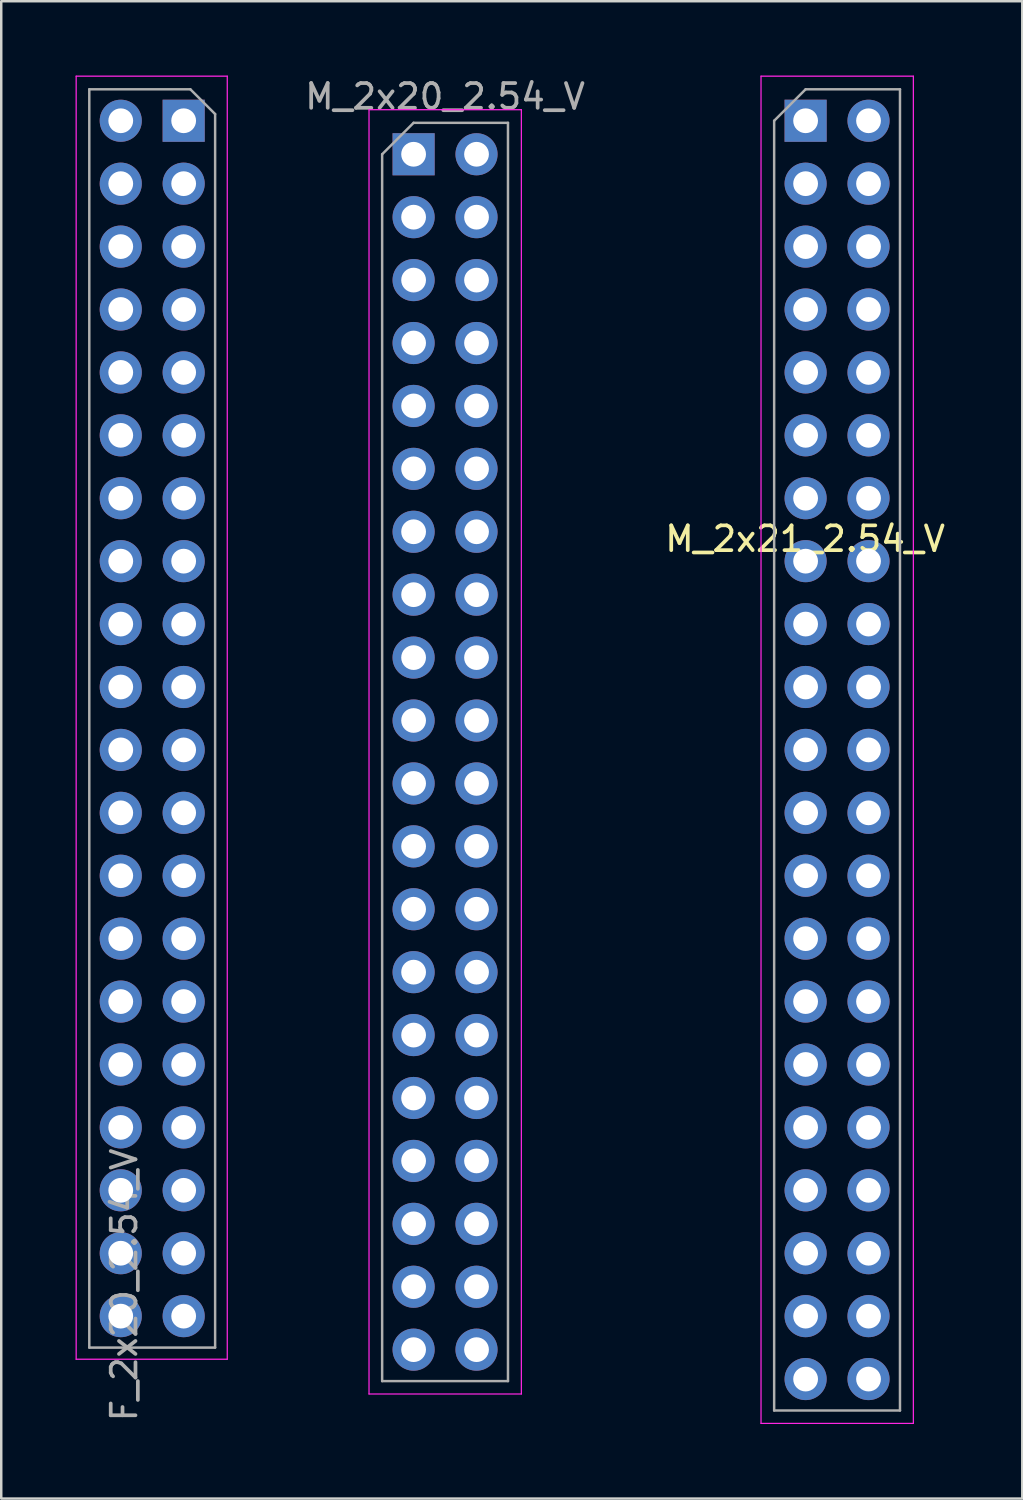
<source format=kicad_pcb>
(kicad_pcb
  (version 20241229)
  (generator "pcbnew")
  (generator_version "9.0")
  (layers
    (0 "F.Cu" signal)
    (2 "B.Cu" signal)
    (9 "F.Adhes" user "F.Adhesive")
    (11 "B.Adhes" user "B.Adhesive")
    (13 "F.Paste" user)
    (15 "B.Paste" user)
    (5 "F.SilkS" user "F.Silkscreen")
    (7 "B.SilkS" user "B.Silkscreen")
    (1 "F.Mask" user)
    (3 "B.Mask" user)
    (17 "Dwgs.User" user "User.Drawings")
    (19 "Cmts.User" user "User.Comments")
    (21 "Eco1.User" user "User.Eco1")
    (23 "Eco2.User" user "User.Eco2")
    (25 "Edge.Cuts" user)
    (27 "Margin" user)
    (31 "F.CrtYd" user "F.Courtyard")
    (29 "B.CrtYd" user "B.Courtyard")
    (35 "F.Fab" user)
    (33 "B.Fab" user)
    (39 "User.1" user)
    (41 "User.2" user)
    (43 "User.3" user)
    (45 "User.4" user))
  (footprint "F_2x20_2.54_V"
    (layer "F.Cu")
    (at 4.365 1.825)
    (property "Reference" "F_2x20_2.54_V" (at -2.4 47 90) (layer "F.Fab") (effects (font (size 1 1) (thickness 0.15))))
    (attr through_hole)
    (fp_line (start -4.34 -1.8) (end 1.76 -1.8) (stroke (width 0.05) (type solid)) (layer "F.CrtYd"))
    (fp_line (start -4.34 50) (end -4.34 -1.8) (stroke (width 0.05) (type solid)) (layer "F.CrtYd"))
    (fp_line (start 1.76 -1.8) (end 1.76 50) (stroke (width 0.05) (type solid)) (layer "F.CrtYd"))
    (fp_line (start 1.76 50) (end -4.34 50) (stroke (width 0.05) (type solid)) (layer "F.CrtYd"))
    (fp_line (start -3.81 -1.27) (end 0.27 -1.27) (stroke (width 0.1) (type solid)) (layer "F.Fab"))
    (fp_line (start -3.81 49.53) (end -3.81 -1.27) (stroke (width 0.1) (type solid)) (layer "F.Fab"))
    (fp_line (start 0.27 -1.27) (end 1.27 -0.27) (stroke (width 0.1) (type solid)) (layer "F.Fab"))
    (fp_line (start 1.27 -0.27) (end 1.27 49.53) (stroke (width 0.1) (type solid)) (layer "F.Fab"))
    (fp_line (start 1.27 49.53) (end -3.81 49.53) (stroke (width 0.1) (type solid)) (layer "F.Fab"))
    (pad "1" thru_hole rect (at 0 0) (size 1.7 1.7) (drill 1) (layers "*.Cu" "*.Mask"))
    (pad "2" thru_hole oval (at -2.54 0) (size 1.7 1.7) (drill 1) (layers "*.Cu" "*.Mask"))
    (pad "3" thru_hole oval (at 0 2.54) (size 1.7 1.7) (drill 1) (layers "*.Cu" "*.Mask"))
    (pad "4" thru_hole oval (at -2.54 2.54) (size 1.7 1.7) (drill 1) (layers "*.Cu" "*.Mask"))
    (pad "5" thru_hole oval (at 0 5.08) (size 1.7 1.7) (drill 1) (layers "*.Cu" "*.Mask"))
    (pad "6" thru_hole oval (at -2.54 5.08) (size 1.7 1.7) (drill 1) (layers "*.Cu" "*.Mask"))
    (pad "7" thru_hole oval (at 0 7.62) (size 1.7 1.7) (drill 1) (layers "*.Cu" "*.Mask"))
    (pad "8" thru_hole oval (at -2.54 7.62) (size 1.7 1.7) (drill 1) (layers "*.Cu" "*.Mask"))
    (pad "9" thru_hole oval (at 0 10.16) (size 1.7 1.7) (drill 1) (layers "*.Cu" "*.Mask"))
    (pad "10" thru_hole oval (at -2.54 10.16) (size 1.7 1.7) (drill 1) (layers "*.Cu" "*.Mask"))
    (pad "11" thru_hole oval (at 0 12.7) (size 1.7 1.7) (drill 1) (layers "*.Cu" "*.Mask"))
    (pad "12" thru_hole oval (at -2.54 12.7) (size 1.7 1.7) (drill 1) (layers "*.Cu" "*.Mask"))
    (pad "13" thru_hole oval (at 0 15.24) (size 1.7 1.7) (drill 1) (layers "*.Cu" "*.Mask"))
    (pad "14" thru_hole oval (at -2.54 15.24) (size 1.7 1.7) (drill 1) (layers "*.Cu" "*.Mask"))
    (pad "15" thru_hole oval (at 0 17.78) (size 1.7 1.7) (drill 1) (layers "*.Cu" "*.Mask"))
    (pad "16" thru_hole oval (at -2.54 17.78) (size 1.7 1.7) (drill 1) (layers "*.Cu" "*.Mask"))
    (pad "17" thru_hole oval (at 0 20.32) (size 1.7 1.7) (drill 1) (layers "*.Cu" "*.Mask"))
    (pad "18" thru_hole oval (at -2.54 20.32) (size 1.7 1.7) (drill 1) (layers "*.Cu" "*.Mask"))
    (pad "19" thru_hole oval (at 0 22.86) (size 1.7 1.7) (drill 1) (layers "*.Cu" "*.Mask"))
    (pad "20" thru_hole oval (at -2.54 22.86) (size 1.7 1.7) (drill 1) (layers "*.Cu" "*.Mask"))
    (pad "21" thru_hole oval (at 0 25.4) (size 1.7 1.7) (drill 1) (layers "*.Cu" "*.Mask"))
    (pad "22" thru_hole oval (at -2.54 25.4) (size 1.7 1.7) (drill 1) (layers "*.Cu" "*.Mask"))
    (pad "23" thru_hole oval (at 0 27.94) (size 1.7 1.7) (drill 1) (layers "*.Cu" "*.Mask"))
    (pad "24" thru_hole oval (at -2.54 27.94) (size 1.7 1.7) (drill 1) (layers "*.Cu" "*.Mask"))
    (pad "25" thru_hole oval (at 0 30.48) (size 1.7 1.7) (drill 1) (layers "*.Cu" "*.Mask"))
    (pad "26" thru_hole oval (at -2.54 30.48) (size 1.7 1.7) (drill 1) (layers "*.Cu" "*.Mask"))
    (pad "27" thru_hole oval (at 0 33.02) (size 1.7 1.7) (drill 1) (layers "*.Cu" "*.Mask"))
    (pad "28" thru_hole oval (at -2.54 33.02) (size 1.7 1.7) (drill 1) (layers "*.Cu" "*.Mask"))
    (pad "29" thru_hole oval (at 0 35.56) (size 1.7 1.7) (drill 1) (layers "*.Cu" "*.Mask"))
    (pad "30" thru_hole oval (at -2.54 35.56) (size 1.7 1.7) (drill 1) (layers "*.Cu" "*.Mask"))
    (pad "31" thru_hole oval (at 0 38.1) (size 1.7 1.7) (drill 1) (layers "*.Cu" "*.Mask"))
    (pad "32" thru_hole oval (at -2.54 38.1) (size 1.7 1.7) (drill 1) (layers "*.Cu" "*.Mask"))
    (pad "33" thru_hole oval (at 0 40.64) (size 1.7 1.7) (drill 1) (layers "*.Cu" "*.Mask"))
    (pad "34" thru_hole oval (at -2.54 40.64) (size 1.7 1.7) (drill 1) (layers "*.Cu" "*.Mask"))
    (pad "35" thru_hole oval (at 0 43.18) (size 1.7 1.7) (drill 1) (layers "*.Cu" "*.Mask"))
    (pad "36" thru_hole oval (at -2.54 43.18) (size 1.7 1.7) (drill 1) (layers "*.Cu" "*.Mask"))
    (pad "37" thru_hole oval (at 0 45.72) (size 1.7 1.7) (drill 1) (layers "*.Cu" "*.Mask"))
    (pad "38" thru_hole oval (at -2.54 45.72) (size 1.7 1.7) (drill 1) (layers "*.Cu" "*.Mask"))
    (pad "39" thru_hole oval (at 0 48.26) (size 1.7 1.7) (drill 1) (layers "*.Cu" "*.Mask"))
    (pad "40" thru_hole oval (at -2.54 48.26) (size 1.7 1.7) (drill 1) (layers "*.Cu" "*.Mask")))
  (footprint "M_2x21_2.54_V"
    (layer "F.Cu")
    (at 29.454 19.205)
    (property "Reference" "M_2x21_2.54_V" (at 0 -0.5 0) (unlocked yes) (layer "F.SilkS") (effects (font (size 1 1) (thickness 0.15))))
    (attr through_hole)
    (fp_line (start -1.78 -19.18) (end -1.78 35.21) (stroke (width 0.05) (type solid)) (layer "F.CrtYd"))
    (fp_line (start -1.78 35.21) (end 4.37 35.21) (stroke (width 0.05) (type solid)) (layer "F.CrtYd"))
    (fp_line (start 4.37 -19.18) (end -1.78 -19.18) (stroke (width 0.05) (type solid)) (layer "F.CrtYd"))
    (fp_line (start 4.37 35.21) (end 4.37 -19.18) (stroke (width 0.05) (type solid)) (layer "F.CrtYd"))
    (fp_line (start -1.25 -17.38) (end 0.02 -18.65) (stroke (width 0.1) (type solid)) (layer "F.Fab"))
    (fp_line (start -1.25 34.69) (end -1.25 -17.38) (stroke (width 0.1) (type solid)) (layer "F.Fab"))
    (fp_line (start 0.02 -18.65) (end 3.83 -18.65) (stroke (width 0.1) (type solid)) (layer "F.Fab"))
    (fp_line (start 3.83 -18.65) (end 3.83 34.69) (stroke (width 0.1) (type solid)) (layer "F.Fab"))
    (fp_line (start 3.83 34.69) (end -1.25 34.69) (stroke (width 0.1) (type solid)) (layer "F.Fab"))
    (pad "1" thru_hole rect (at 0.02 -17.38) (size 1.7 1.7) (drill 1) (layers "*.Cu" "*.Mask"))
    (pad "2" thru_hole oval (at 2.56 -17.38) (size 1.7 1.7) (drill 1) (layers "*.Cu" "*.Mask"))
    (pad "3" thru_hole oval (at 0.02 -14.84) (size 1.7 1.7) (drill 1) (layers "*.Cu" "*.Mask"))
    (pad "4" thru_hole oval (at 2.56 -14.84) (size 1.7 1.7) (drill 1) (layers "*.Cu" "*.Mask"))
    (pad "5" thru_hole oval (at 0.02 -12.3) (size 1.7 1.7) (drill 1) (layers "*.Cu" "*.Mask"))
    (pad "6" thru_hole oval (at 2.56 -12.3) (size 1.7 1.7) (drill 1) (layers "*.Cu" "*.Mask"))
    (pad "7" thru_hole oval (at 0.02 -9.76) (size 1.7 1.7) (drill 1) (layers "*.Cu" "*.Mask"))
    (pad "8" thru_hole oval (at 2.56 -9.76) (size 1.7 1.7) (drill 1) (layers "*.Cu" "*.Mask"))
    (pad "9" thru_hole oval (at 0.02 -7.22) (size 1.7 1.7) (drill 1) (layers "*.Cu" "*.Mask"))
    (pad "10" thru_hole oval (at 2.56 -7.22) (size 1.7 1.7) (drill 1) (layers "*.Cu" "*.Mask"))
    (pad "11" thru_hole oval (at 0.02 -4.68) (size 1.7 1.7) (drill 1) (layers "*.Cu" "*.Mask"))
    (pad "12" thru_hole oval (at 2.56 -4.68) (size 1.7 1.7) (drill 1) (layers "*.Cu" "*.Mask"))
    (pad "13" thru_hole oval (at 0.02 -2.14) (size 1.7 1.7) (drill 1) (layers "*.Cu" "*.Mask"))
    (pad "14" thru_hole oval (at 2.56 -2.14) (size 1.7 1.7) (drill 1) (layers "*.Cu" "*.Mask"))
    (pad "15" thru_hole oval (at 0.02 0.4) (size 1.7 1.7) (drill 1) (layers "*.Cu" "*.Mask"))
    (pad "16" thru_hole oval (at 2.56 0.4) (size 1.7 1.7) (drill 1) (layers "*.Cu" "*.Mask"))
    (pad "17" thru_hole oval (at 0.02 2.94) (size 1.7 1.7) (drill 1) (layers "*.Cu" "*.Mask"))
    (pad "18" thru_hole oval (at 2.56 2.94) (size 1.7 1.7) (drill 1) (layers "*.Cu" "*.Mask"))
    (pad "19" thru_hole oval (at 0.02 5.48) (size 1.7 1.7) (drill 1) (layers "*.Cu" "*.Mask"))
    (pad "20" thru_hole oval (at 2.56 5.48) (size 1.7 1.7) (drill 1) (layers "*.Cu" "*.Mask"))
    (pad "21" thru_hole oval (at 0.02 8.02) (size 1.7 1.7) (drill 1) (layers "*.Cu" "*.Mask"))
    (pad "22" thru_hole oval (at 2.56 8.02) (size 1.7 1.7) (drill 1) (layers "*.Cu" "*.Mask"))
    (pad "23" thru_hole oval (at 0.02 10.56) (size 1.7 1.7) (drill 1) (layers "*.Cu" "*.Mask"))
    (pad "24" thru_hole oval (at 2.56 10.56) (size 1.7 1.7) (drill 1) (layers "*.Cu" "*.Mask"))
    (pad "25" thru_hole oval (at 0.02 13.1) (size 1.7 1.7) (drill 1) (layers "*.Cu" "*.Mask"))
    (pad "26" thru_hole oval (at 2.56 13.1) (size 1.7 1.7) (drill 1) (layers "*.Cu" "*.Mask"))
    (pad "27" thru_hole oval (at 0.02 15.64) (size 1.7 1.7) (drill 1) (layers "*.Cu" "*.Mask"))
    (pad "28" thru_hole oval (at 2.56 15.64) (size 1.7 1.7) (drill 1) (layers "*.Cu" "*.Mask"))
    (pad "29" thru_hole oval (at 0.02 18.18) (size 1.7 1.7) (drill 1) (layers "*.Cu" "*.Mask"))
    (pad "30" thru_hole oval (at 2.56 18.18) (size 1.7 1.7) (drill 1) (layers "*.Cu" "*.Mask"))
    (pad "31" thru_hole oval (at 0.02 20.72) (size 1.7 1.7) (drill 1) (layers "*.Cu" "*.Mask"))
    (pad "32" thru_hole oval (at 2.56 20.72) (size 1.7 1.7) (drill 1) (layers "*.Cu" "*.Mask"))
    (pad "33" thru_hole oval (at 0.02 23.26) (size 1.7 1.7) (drill 1) (layers "*.Cu" "*.Mask"))
    (pad "34" thru_hole oval (at 2.56 23.26) (size 1.7 1.7) (drill 1) (layers "*.Cu" "*.Mask"))
    (pad "35" thru_hole oval (at 0.02 25.8) (size 1.7 1.7) (drill 1) (layers "*.Cu" "*.Mask"))
    (pad "36" thru_hole oval (at 2.56 25.8) (size 1.7 1.7) (drill 1) (layers "*.Cu" "*.Mask"))
    (pad "37" thru_hole oval (at 0.02 28.34) (size 1.7 1.7) (drill 1) (layers "*.Cu" "*.Mask"))
    (pad "38" thru_hole oval (at 2.56 28.34) (size 1.7 1.7) (drill 1) (layers "*.Cu" "*.Mask"))
    (pad "39" thru_hole oval (at 0.02 30.88) (size 1.7 1.7) (drill 1) (layers "*.Cu" "*.Mask"))
    (pad "40" thru_hole oval (at 2.56 30.88) (size 1.7 1.7) (drill 1) (layers "*.Cu" "*.Mask"))
    (pad "41" thru_hole oval (at 0.02 33.42) (size 1.7 1.7) (drill 1) (layers "*.Cu" "*.Mask"))
    (pad "42" thru_hole oval (at 2.56 33.42) (size 1.7 1.7) (drill 1) (layers "*.Cu" "*.Mask")))
  (footprint "M_2x20_2.54_V"
    (layer "F.Cu")
    (at 13.648 3.178)
    (property "Reference" "M_2x20_2.54_V" (at 1.27 -2.33 0) (layer "F.Fab") (effects (font (size 1 1) (thickness 0.15))))
    (fp_line (start -1.8 -1.8) (end -1.8 50.05) (stroke (width 0.05) (type solid)) (layer "F.CrtYd"))
    (fp_line (start -1.8 50.05) (end 4.35 50.05) (stroke (width 0.05) (type solid)) (layer "F.CrtYd"))
    (fp_line (start 4.35 -1.8) (end -1.8 -1.8) (stroke (width 0.05) (type solid)) (layer "F.CrtYd"))
    (fp_line (start 4.35 50.05) (end 4.35 -1.8) (stroke (width 0.05) (type solid)) (layer "F.CrtYd"))
    (fp_line (start -1.27 0) (end 0 -1.27) (stroke (width 0.1) (type solid)) (layer "F.Fab"))
    (fp_line (start -1.27 49.53) (end -1.27 0) (stroke (width 0.1) (type solid)) (layer "F.Fab"))
    (fp_line (start 0 -1.27) (end 3.81 -1.27) (stroke (width 0.1) (type solid)) (layer "F.Fab"))
    (fp_line (start 3.81 -1.27) (end 3.81 49.53) (stroke (width 0.1) (type solid)) (layer "F.Fab"))
    (fp_line (start 3.81 49.53) (end -1.27 49.53) (stroke (width 0.1) (type solid)) (layer "F.Fab"))
    (pad "1" thru_hole rect (at 0 0) (size 1.7 1.7) (drill 1) (layers "*.Cu" "*.Mask"))
    (pad "2" thru_hole oval (at 2.54 0) (size 1.7 1.7) (drill 1) (layers "*.Cu" "*.Mask"))
    (pad "3" thru_hole oval (at 0 2.54) (size 1.7 1.7) (drill 1) (layers "*.Cu" "*.Mask"))
    (pad "4" thru_hole oval (at 2.54 2.54) (size 1.7 1.7) (drill 1) (layers "*.Cu" "*.Mask"))
    (pad "5" thru_hole oval (at 0 5.08) (size 1.7 1.7) (drill 1) (layers "*.Cu" "*.Mask"))
    (pad "6" thru_hole oval (at 2.54 5.08) (size 1.7 1.7) (drill 1) (layers "*.Cu" "*.Mask"))
    (pad "7" thru_hole oval (at 0 7.62) (size 1.7 1.7) (drill 1) (layers "*.Cu" "*.Mask"))
    (pad "8" thru_hole oval (at 2.54 7.62) (size 1.7 1.7) (drill 1) (layers "*.Cu" "*.Mask"))
    (pad "9" thru_hole oval (at 0 10.16) (size 1.7 1.7) (drill 1) (layers "*.Cu" "*.Mask"))
    (pad "10" thru_hole oval (at 2.54 10.16) (size 1.7 1.7) (drill 1) (layers "*.Cu" "*.Mask"))
    (pad "11" thru_hole oval (at 0 12.7) (size 1.7 1.7) (drill 1) (layers "*.Cu" "*.Mask"))
    (pad "12" thru_hole oval (at 2.54 12.7) (size 1.7 1.7) (drill 1) (layers "*.Cu" "*.Mask"))
    (pad "13" thru_hole oval (at 0 15.24) (size 1.7 1.7) (drill 1) (layers "*.Cu" "*.Mask"))
    (pad "14" thru_hole oval (at 2.54 15.24) (size 1.7 1.7) (drill 1) (layers "*.Cu" "*.Mask"))
    (pad "15" thru_hole oval (at 0 17.78) (size 1.7 1.7) (drill 1) (layers "*.Cu" "*.Mask"))
    (pad "16" thru_hole oval (at 2.54 17.78) (size 1.7 1.7) (drill 1) (layers "*.Cu" "*.Mask"))
    (pad "17" thru_hole oval (at 0 20.32) (size 1.7 1.7) (drill 1) (layers "*.Cu" "*.Mask"))
    (pad "18" thru_hole oval (at 2.54 20.32) (size 1.7 1.7) (drill 1) (layers "*.Cu" "*.Mask"))
    (pad "19" thru_hole oval (at 0 22.86) (size 1.7 1.7) (drill 1) (layers "*.Cu" "*.Mask"))
    (pad "20" thru_hole oval (at 2.54 22.86) (size 1.7 1.7) (drill 1) (layers "*.Cu" "*.Mask"))
    (pad "21" thru_hole oval (at 0 25.4) (size 1.7 1.7) (drill 1) (layers "*.Cu" "*.Mask"))
    (pad "22" thru_hole oval (at 2.54 25.4) (size 1.7 1.7) (drill 1) (layers "*.Cu" "*.Mask"))
    (pad "23" thru_hole oval (at 0 27.94) (size 1.7 1.7) (drill 1) (layers "*.Cu" "*.Mask"))
    (pad "24" thru_hole oval (at 2.54 27.94) (size 1.7 1.7) (drill 1) (layers "*.Cu" "*.Mask"))
    (pad "25" thru_hole oval (at 0 30.48) (size 1.7 1.7) (drill 1) (layers "*.Cu" "*.Mask"))
    (pad "26" thru_hole oval (at 2.54 30.48) (size 1.7 1.7) (drill 1) (layers "*.Cu" "*.Mask"))
    (pad "27" thru_hole oval (at 0 33.02) (size 1.7 1.7) (drill 1) (layers "*.Cu" "*.Mask"))
    (pad "28" thru_hole oval (at 2.54 33.02) (size 1.7 1.7) (drill 1) (layers "*.Cu" "*.Mask"))
    (pad "29" thru_hole oval (at 0 35.56) (size 1.7 1.7) (drill 1) (layers "*.Cu" "*.Mask"))
    (pad "30" thru_hole oval (at 2.54 35.56) (size 1.7 1.7) (drill 1) (layers "*.Cu" "*.Mask"))
    (pad "31" thru_hole oval (at 0 38.1) (size 1.7 1.7) (drill 1) (layers "*.Cu" "*.Mask"))
    (pad "32" thru_hole oval (at 2.54 38.1) (size 1.7 1.7) (drill 1) (layers "*.Cu" "*.Mask"))
    (pad "33" thru_hole oval (at 0 40.64) (size 1.7 1.7) (drill 1) (layers "*.Cu" "*.Mask"))
    (pad "34" thru_hole oval (at 2.54 40.64) (size 1.7 1.7) (drill 1) (layers "*.Cu" "*.Mask"))
    (pad "35" thru_hole oval (at 0 43.18) (size 1.7 1.7) (drill 1) (layers "*.Cu" "*.Mask"))
    (pad "36" thru_hole oval (at 2.54 43.18) (size 1.7 1.7) (drill 1) (layers "*.Cu" "*.Mask"))
    (pad "37" thru_hole oval (at 0 45.72) (size 1.7 1.7) (drill 1) (layers "*.Cu" "*.Mask"))
    (pad "38" thru_hole oval (at 2.54 45.72) (size 1.7 1.7) (drill 1) (layers "*.Cu" "*.Mask"))
    (pad "39" thru_hole oval (at 0 48.26) (size 1.7 1.7) (drill 1) (layers "*.Cu" "*.Mask"))
    (pad "40" thru_hole oval (at 2.54 48.26) (size 1.7 1.7) (drill 1) (layers "*.Cu" "*.Mask")))
  (gr_rect
    (start -3 -3)
    (end 38.221 57.45)
    (stroke (width 0.1) (type default))
    (fill no)
    (layer "Edge.Cuts")))
</source>
